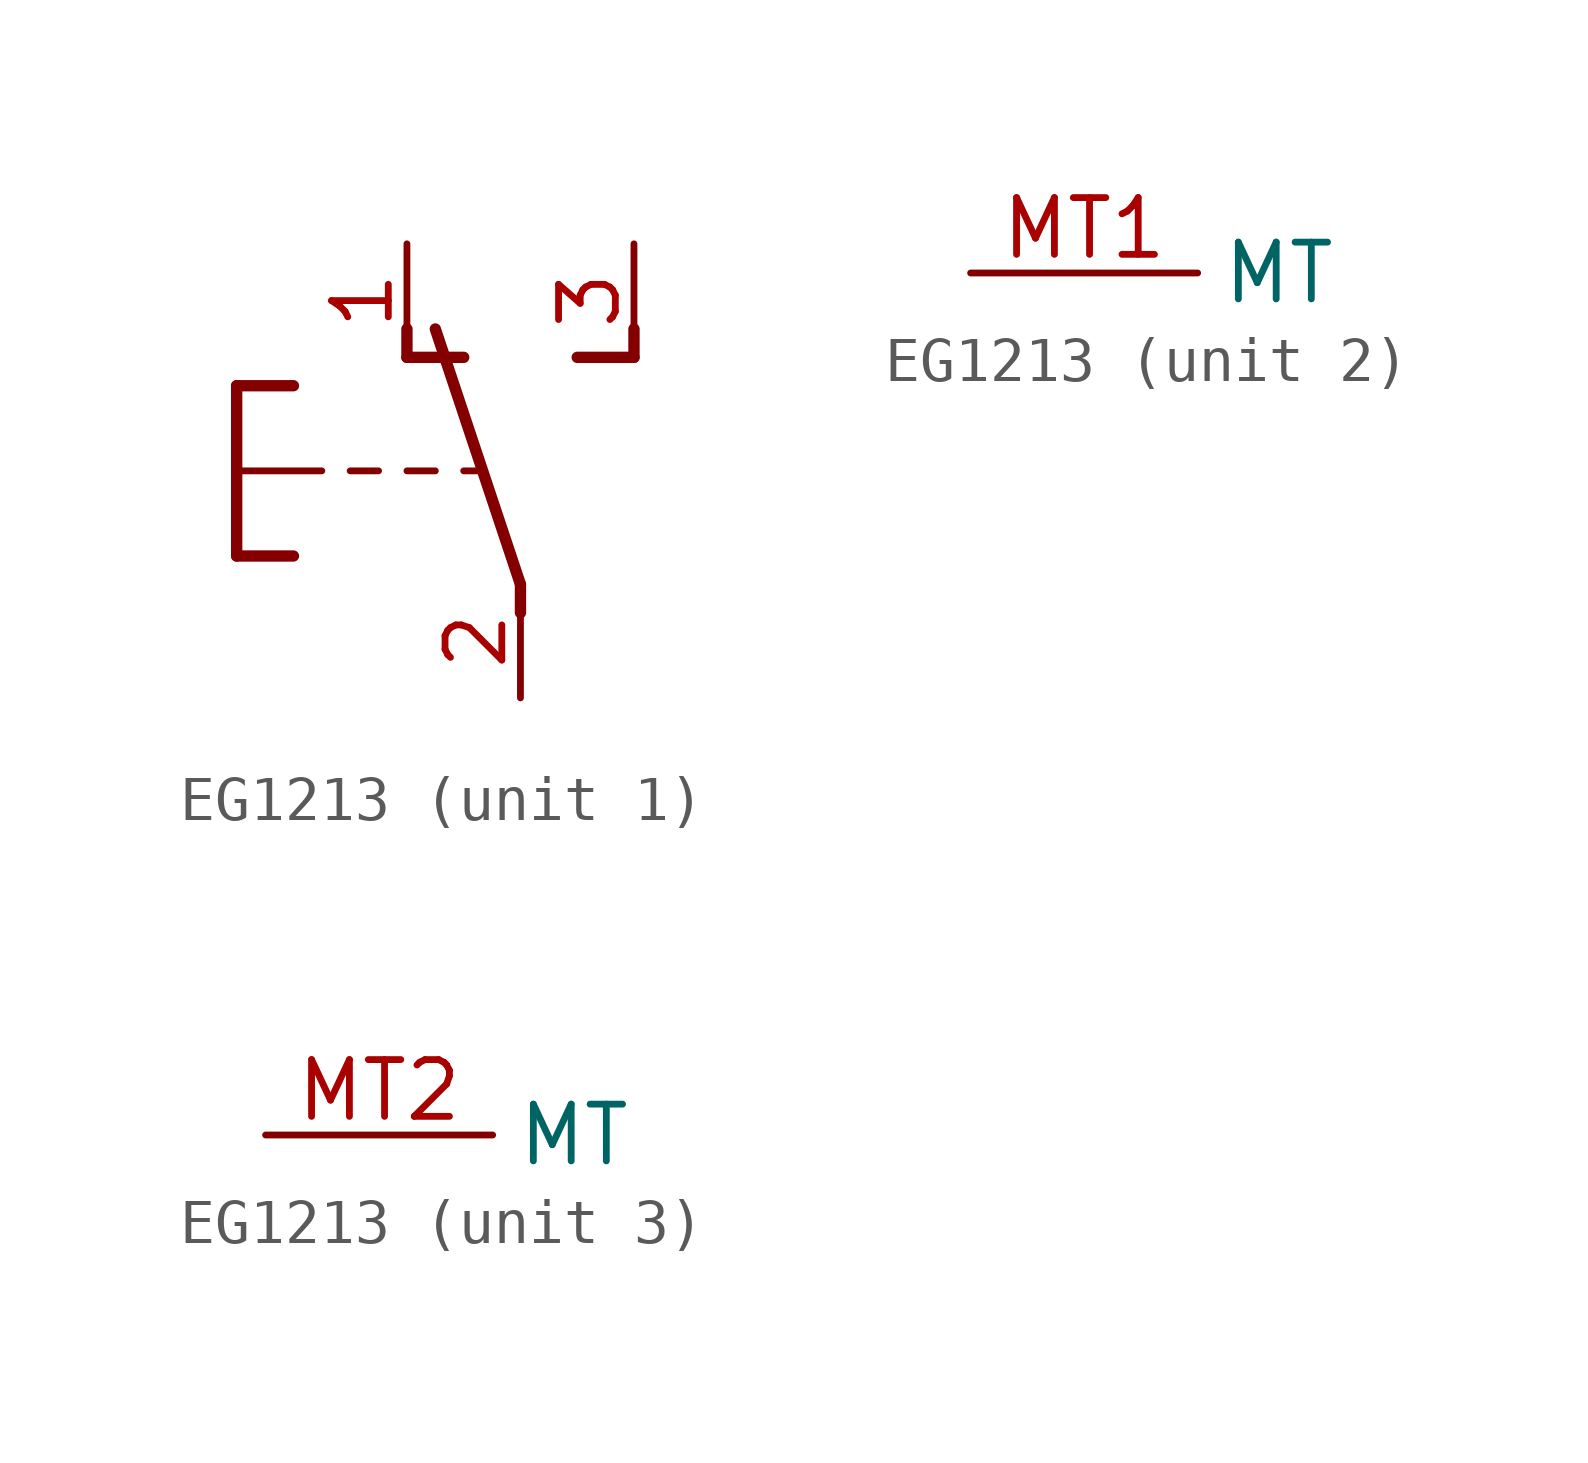
<source format=kicad_sym>
(kicad_symbol_lib
  (version 20220331)
  (generator kicad_symbol_editor)
  (symbol "EG1213"
    (property "Reference" "S"
      (at -8.255 -1.905 90)
      (effects (font (size 1.778 1.511)) (justify left bottom) hide))
    (property "ki_locked" ""
      (at 0 0 0)
      (effects (font (size 1.27 1.27))))
    (symbol "EG1213_1_0"
      (polyline (pts (xy -6.35 -1.905) (xy -5.08 -1.905)) (stroke (width 0.254) (type solid)) (fill (type none)))
      (polyline (pts (xy -6.35 0) (xy -6.35 -1.905)) (stroke (width 0.254) (type solid)) (fill (type none)))
      (polyline (pts (xy -6.35 0) (xy -4.445 0)) (stroke (width 0.152) (type solid)) (fill (type none)))
      (polyline (pts (xy -6.35 1.905) (xy -6.35 0)) (stroke (width 0.254) (type solid)) (fill (type none)))
      (polyline (pts (xy -6.35 1.905) (xy -5.08 1.905)) (stroke (width 0.254) (type solid)) (fill (type none)))
      (polyline (pts (xy -3.175 0) (xy -3.81 0)) (stroke (width 0.152) (type solid)) (fill (type none)))
      (polyline (pts (xy -2.54 2.54) (xy -2.54 3.175)) (stroke (width 0.254) (type solid)) (fill (type none)))
      (polyline (pts (xy -2.54 2.54) (xy -1.27 2.54)) (stroke (width 0.254) (type solid)) (fill (type none)))
      (polyline (pts (xy -1.905 0) (xy -2.54 0)) (stroke (width 0.152) (type solid)) (fill (type none)))
      (polyline (pts (xy -0.889 0) (xy -1.27 0)) (stroke (width 0.152) (type solid)) (fill (type none)))
      (polyline (pts (xy 0 -3.175) (xy 0 -2.54)) (stroke (width 0.254) (type solid)) (fill (type none)))
      (polyline (pts (xy 0 -2.54) (xy -1.905 3.175)) (stroke (width 0.254) (type solid)) (fill (type none)))
      (polyline (pts (xy 1.27 2.54) (xy 2.54 2.54)) (stroke (width 0.254) (type solid)) (fill (type none)))
      (polyline (pts (xy 2.54 2.54) (xy 2.54 3.175)) (stroke (width 0.254) (type solid)) (fill (type none)))
      (pin passive line (at -2.54 5.08 270) (length 2.54) (name "O" (effects (font (size 0 0)))) (number "1" (effects (font (size 1.27 1.27)))))
      (pin passive line (at 0 -5.08 90) (length 2.54) (name "P" (effects (font (size 0 0)))) (number "2" (effects (font (size 1.27 1.27)))))
      (pin passive line (at 2.54 5.08 270) (length 2.54) (name "S" (effects (font (size 0 0)))) (number "3" (effects (font (size 1.27 1.27))))))
    (symbol "EG1213_2_0"
      (pin passive line (at 0 0 0) (length 5.08) (name "MT" (effects (font (size 1.27 1.27)))) (number "MT1" (effects (font (size 1.27 1.27))))))
    (symbol "EG1213_3_0"
      (pin passive line (at 0 0 0) (length 5.08) (name "MT" (effects (font (size 1.27 1.27)))) (number "MT2" (effects (font (size 1.27 1.27))))))))
</source>
